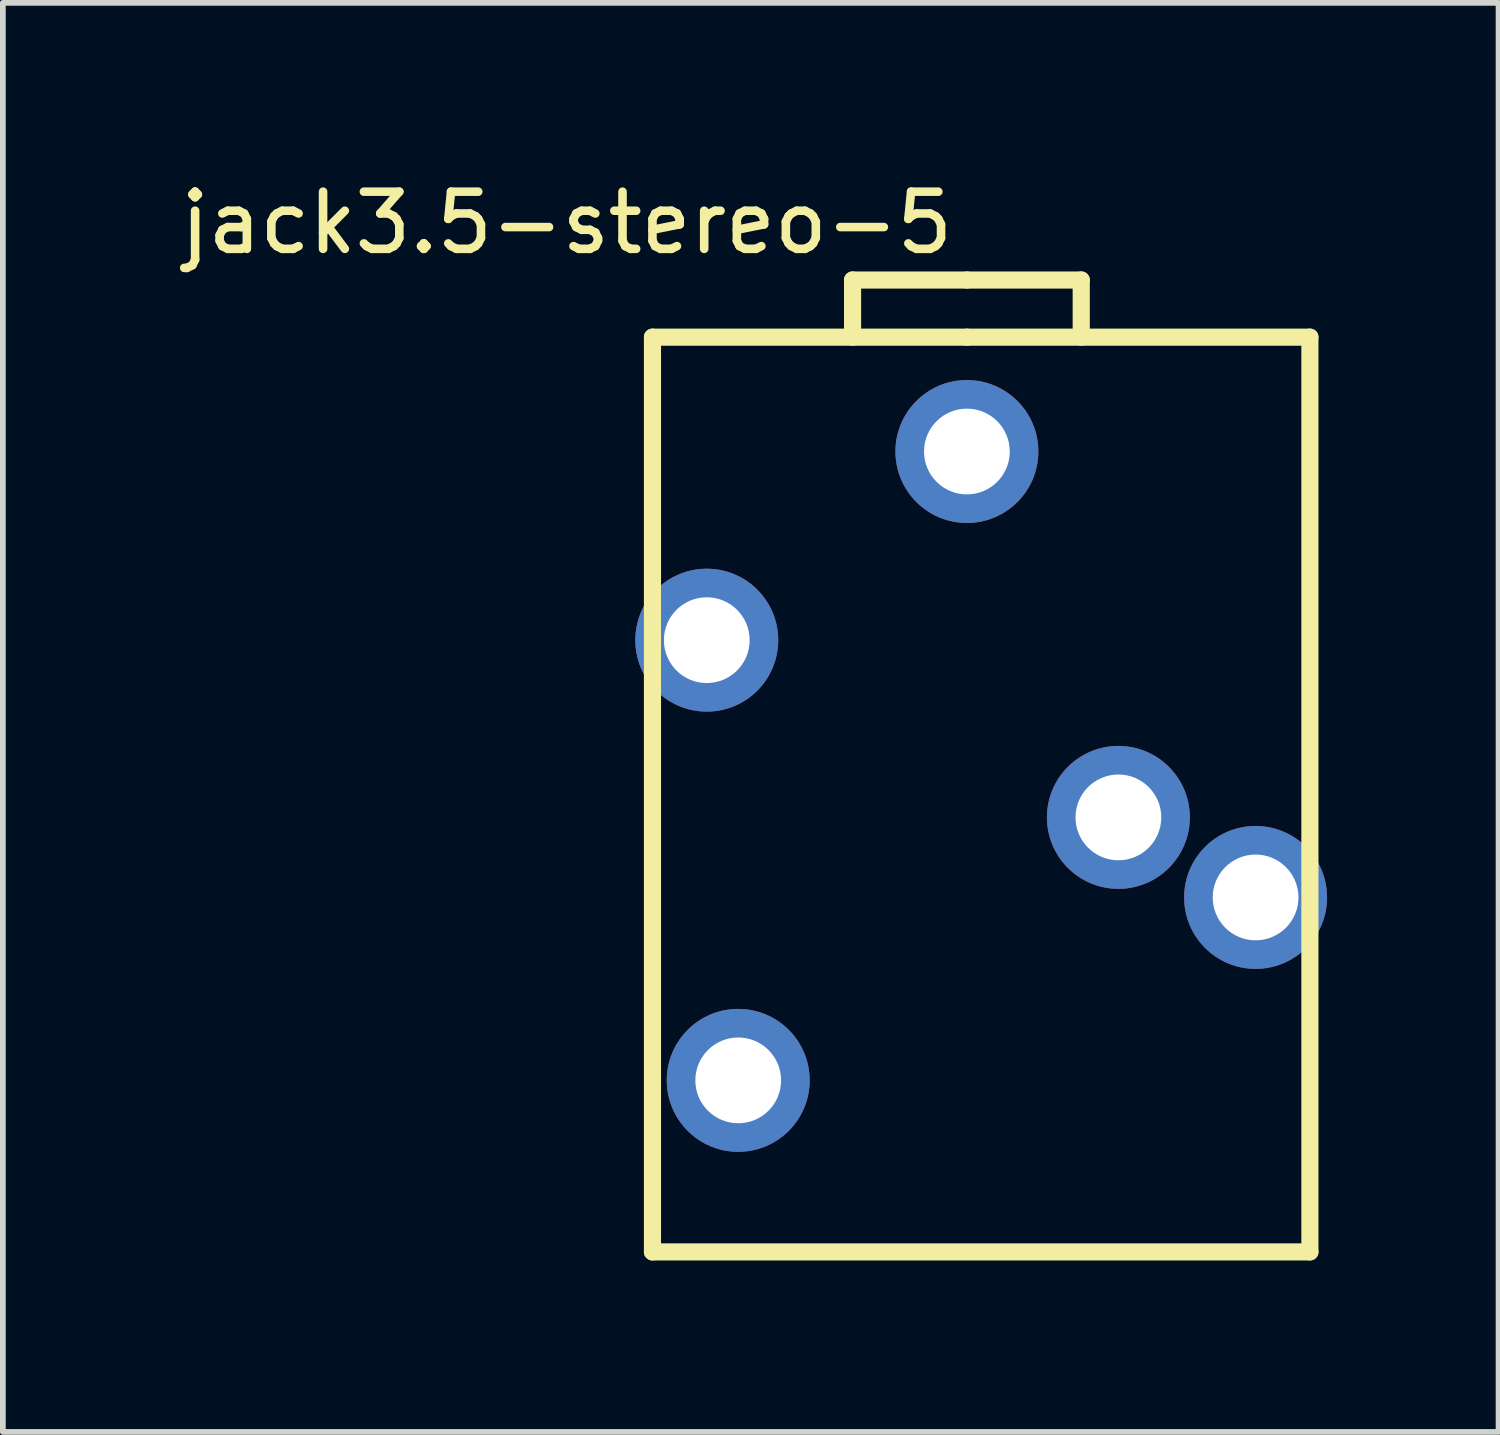
<source format=kicad_pcb>
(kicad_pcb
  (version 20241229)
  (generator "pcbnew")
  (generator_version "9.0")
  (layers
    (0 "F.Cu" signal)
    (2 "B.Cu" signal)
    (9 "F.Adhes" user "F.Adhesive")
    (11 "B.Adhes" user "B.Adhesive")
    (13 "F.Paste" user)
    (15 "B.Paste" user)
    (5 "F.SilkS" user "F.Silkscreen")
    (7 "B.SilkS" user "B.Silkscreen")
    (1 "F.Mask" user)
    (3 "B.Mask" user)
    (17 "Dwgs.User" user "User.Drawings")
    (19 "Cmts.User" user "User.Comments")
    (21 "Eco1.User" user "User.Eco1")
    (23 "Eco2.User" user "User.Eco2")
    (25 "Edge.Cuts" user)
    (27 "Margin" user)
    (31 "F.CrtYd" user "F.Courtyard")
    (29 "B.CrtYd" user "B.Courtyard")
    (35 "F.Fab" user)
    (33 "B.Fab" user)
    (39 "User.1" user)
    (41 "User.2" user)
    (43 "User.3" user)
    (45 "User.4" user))
  (footprint "jack3.5-stereo-5"
    (layer "F.Cu")
    (at 13.863 4.848)
    (property "Reference" "jack3.5-stereo-5" (at -7 -4 0) (layer "F.SilkS") (effects (font (size 1 1) (thickness 0.15))))
    (attr through_hole)
    (fp_line (start -5.5 -2) (end 0 -2) (stroke (width 0.3) (type solid)) (layer "F.SilkS"))
    (fp_line (start -5.5 14) (end -5.5 -2) (stroke (width 0.3) (type solid)) (layer "F.SilkS"))
    (fp_line (start -2 -3) (end -2 -2) (stroke (width 0.3) (type solid)) (layer "F.SilkS"))
    (fp_line (start 0 -3) (end -2 -3) (stroke (width 0.3) (type solid)) (layer "F.SilkS"))
    (fp_line (start 0 -3) (end 2 -3) (stroke (width 0.3) (type solid)) (layer "F.SilkS"))
    (fp_line (start 0 -2) (end 6 -2) (stroke (width 0.3) (type solid)) (layer "F.SilkS"))
    (fp_line (start 2 -3) (end 2 -2) (stroke (width 0.3) (type solid)) (layer "F.SilkS"))
    (fp_line (start 6 -2) (end 6 14) (stroke (width 0.3) (type solid)) (layer "F.SilkS"))
    (fp_line (start 6 14) (end -5.5 14) (stroke (width 0.3) (type solid)) (layer "F.SilkS"))
    (pad "1" thru_hole circle (at -4.55 3.3) (size 2.5 2.5) (drill 1.5) (layers "*.Cu" "*.Mask"))
    (pad "2" thru_hole circle (at 5.05 7.8) (size 2.5 2.5) (drill 1.5) (layers "*.Cu" "*.Mask"))
    (pad "3" thru_hole circle (at 0 0) (size 2.5 2.5) (drill 1.5) (layers "*.Cu" "*.Mask"))
    (pad "4" thru_hole circle (at 2.65 6.4) (size 2.5 2.5) (drill 1.5) (layers "*.Cu" "*.Mask"))
    (pad "5" thru_hole circle (at -4 11) (size 2.5 2.5) (drill 1.5) (layers "*.Cu" "*.Mask")))
  (gr_rect
    (start -3 -3)
    (end 23.163 21.998)
    (stroke (width 0.1) (type default))
    (fill no)
    (layer "Edge.Cuts")))
</source>
